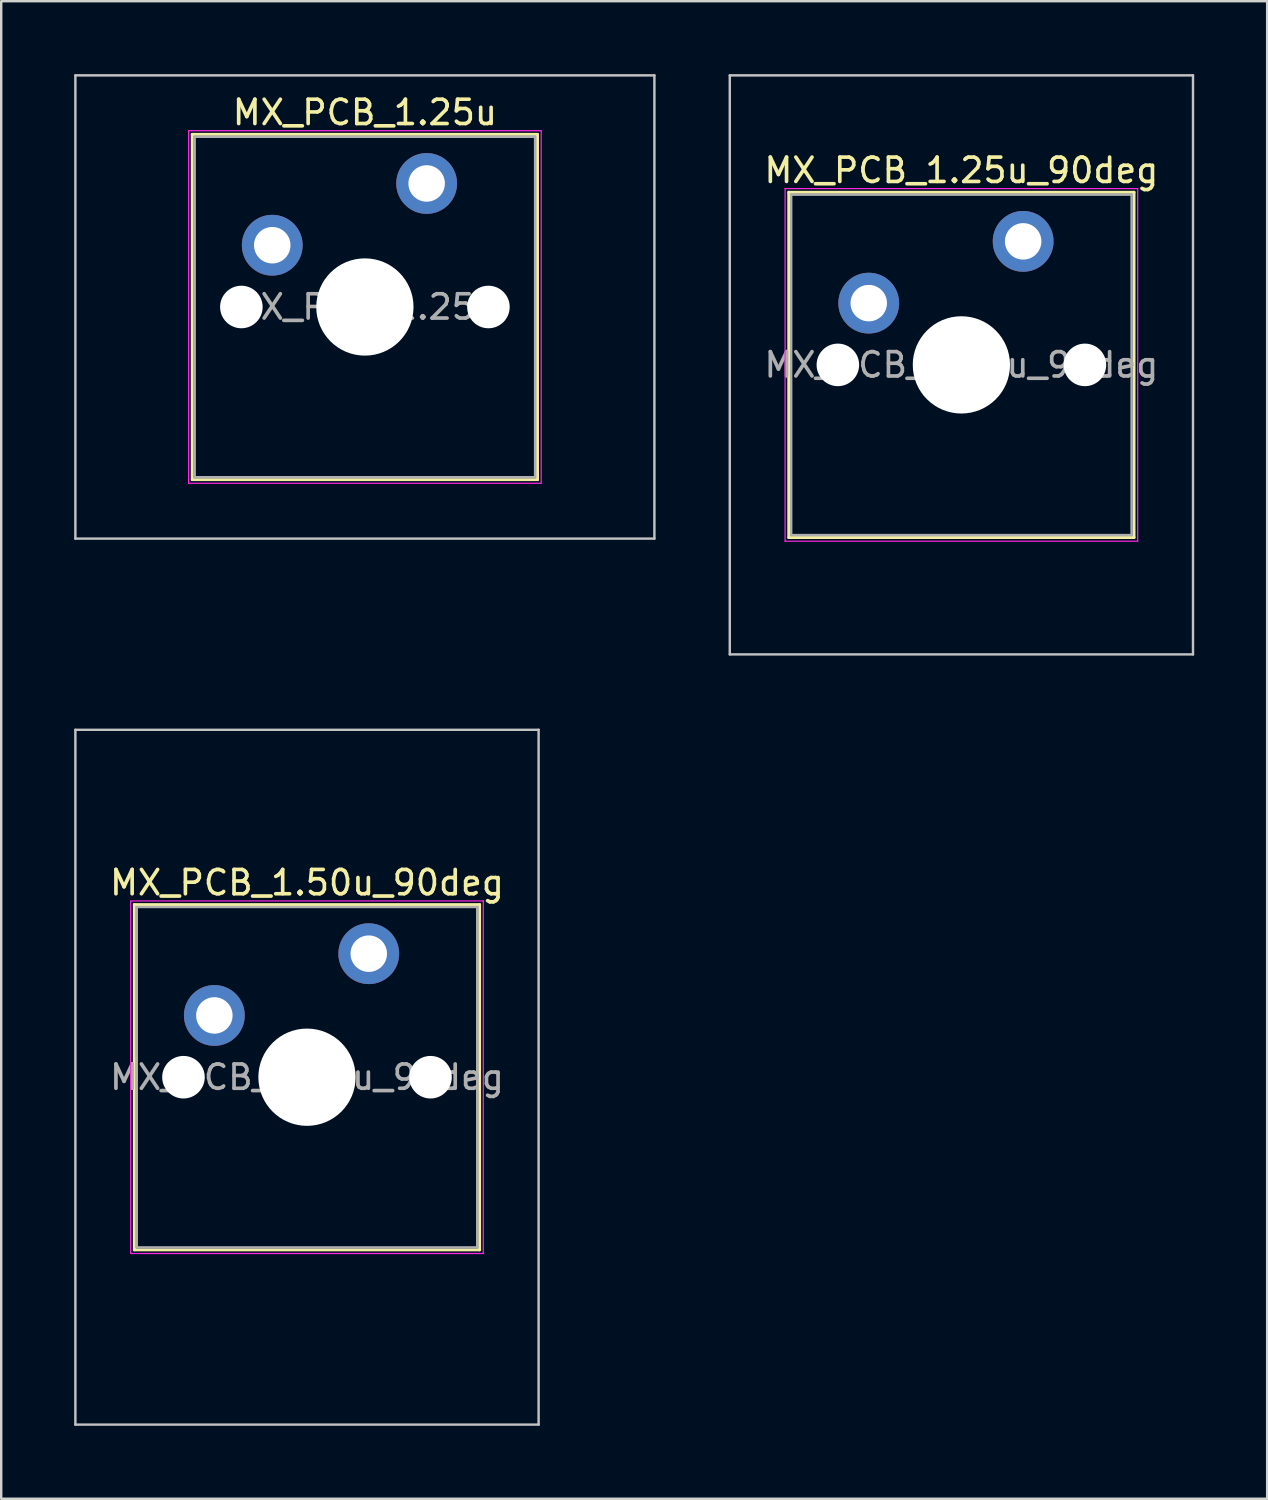
<source format=kicad_pcb>
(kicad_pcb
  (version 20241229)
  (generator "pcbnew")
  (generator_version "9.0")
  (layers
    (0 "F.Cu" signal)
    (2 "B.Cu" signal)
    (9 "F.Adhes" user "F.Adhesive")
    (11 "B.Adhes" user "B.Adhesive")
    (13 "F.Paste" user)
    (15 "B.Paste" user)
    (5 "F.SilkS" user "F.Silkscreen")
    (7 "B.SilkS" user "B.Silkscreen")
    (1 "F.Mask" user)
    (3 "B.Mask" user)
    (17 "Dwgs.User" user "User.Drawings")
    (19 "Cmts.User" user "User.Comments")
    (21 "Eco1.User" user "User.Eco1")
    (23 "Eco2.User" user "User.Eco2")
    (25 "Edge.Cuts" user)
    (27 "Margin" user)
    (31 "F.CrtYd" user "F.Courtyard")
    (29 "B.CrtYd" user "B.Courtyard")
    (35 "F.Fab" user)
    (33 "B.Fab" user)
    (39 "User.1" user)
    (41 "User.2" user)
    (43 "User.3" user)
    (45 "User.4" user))
  (footprint "MX_PCB_1.25u"
    (layer "F.Cu")
    (at 11.956 9.575)
    (property "Reference" "MX_PCB_1.25u" (at 0 -8 0) (layer "F.SilkS") (effects (font (size 1 1) (thickness 0.15))))
    (attr through_hole)
    (fp_line (start -7.1 -7.1) (end -7.1 7.1) (stroke (width 0.12) (type solid)) (layer "F.SilkS"))
    (fp_line (start -7.1 7.1) (end 7.1 7.1) (stroke (width 0.12) (type solid)) (layer "F.SilkS"))
    (fp_line (start 7.1 -7.1) (end -7.1 -7.1) (stroke (width 0.12) (type solid)) (layer "F.SilkS"))
    (fp_line (start 7.1 7.1) (end 7.1 -7.1) (stroke (width 0.12) (type solid)) (layer "F.SilkS"))
    (fp_line (start -11.906 -9.525) (end -11.906 9.525) (stroke (width 0.1) (type solid)) (layer "Dwgs.User"))
    (fp_line (start -11.906 9.525) (end 11.906 9.525) (stroke (width 0.1) (type solid)) (layer "Dwgs.User"))
    (fp_line (start 11.906 -9.525) (end -11.906 -9.525) (stroke (width 0.1) (type solid)) (layer "Dwgs.User"))
    (fp_line (start 11.906 9.525) (end 11.906 -9.525) (stroke (width 0.1) (type solid)) (layer "Dwgs.User"))
    (fp_line (start -7 -7) (end -7 7) (stroke (width 0.1) (type solid)) (layer "Eco1.User"))
    (fp_line (start -7 7) (end 7 7) (stroke (width 0.1) (type solid)) (layer "Eco1.User"))
    (fp_line (start 7 -7) (end -7 -7) (stroke (width 0.1) (type solid)) (layer "Eco1.User"))
    (fp_line (start 7 7) (end 7 -7) (stroke (width 0.1) (type solid)) (layer "Eco1.User"))
    (fp_line (start -7.25 -7.25) (end -7.25 7.25) (stroke (width 0.05) (type solid)) (layer "F.CrtYd"))
    (fp_line (start -7.25 7.25) (end 7.25 7.25) (stroke (width 0.05) (type solid)) (layer "F.CrtYd"))
    (fp_line (start 7.25 -7.25) (end -7.25 -7.25) (stroke (width 0.05) (type solid)) (layer "F.CrtYd"))
    (fp_line (start 7.25 7.25) (end 7.25 -7.25) (stroke (width 0.05) (type solid)) (layer "F.CrtYd"))
    (fp_line (start -7 -7) (end -7 7) (stroke (width 0.1) (type solid)) (layer "F.Fab"))
    (fp_line (start -7 7) (end 7 7) (stroke (width 0.1) (type solid)) (layer "F.Fab"))
    (fp_line (start 7 -7) (end -7 -7) (stroke (width 0.1) (type solid)) (layer "F.Fab"))
    (fp_line (start 7 7) (end 7 -7) (stroke (width 0.1) (type solid)) (layer "F.Fab"))
    (fp_text user "${REFERENCE}" (at 0 0 0) (layer "F.Fab") (effects (font (size 1 1) (thickness 0.15))))
    (pad "" np_thru_hole circle (at -5.08 0) (size 1.75 1.75) (drill 1.75) (layers "*.Cu" "*.Mask"))
    (pad "" np_thru_hole circle (at 0 0) (size 4 4) (drill 4) (layers "*.Cu" "*.Mask"))
    (pad "" np_thru_hole circle (at 5.08 0) (size 1.75 1.75) (drill 1.75) (layers "*.Cu" "*.Mask"))
    (pad "1" thru_hole circle (at -3.81 -2.54) (size 2.5 2.5) (drill 1.5) (layers "*.Cu" "*.Mask"))
    (pad "2" thru_hole circle (at 2.54 -5.08) (size 2.5 2.5) (drill 1.5) (layers "*.Cu" "*.Mask")))
  (footprint "MX_PCB_1.25u_90deg"
    (layer "F.Cu")
    (at 36.487 11.956)
    (property "Reference" "MX_PCB_1.25u_90deg" (at 0 -8 0) (layer "F.SilkS") (effects (font (size 1 1) (thickness 0.15))))
    (attr through_hole)
    (fp_line (start -7.1 -7.1) (end -7.1 7.1) (stroke (width 0.12) (type solid)) (layer "F.SilkS"))
    (fp_line (start -7.1 7.1) (end 7.1 7.1) (stroke (width 0.12) (type solid)) (layer "F.SilkS"))
    (fp_line (start 7.1 -7.1) (end -7.1 -7.1) (stroke (width 0.12) (type solid)) (layer "F.SilkS"))
    (fp_line (start 7.1 7.1) (end 7.1 -7.1) (stroke (width 0.12) (type solid)) (layer "F.SilkS"))
    (fp_line (start -9.525 -11.906) (end 9.525 -11.906) (stroke (width 0.1) (type solid)) (layer "Dwgs.User"))
    (fp_line (start -9.525 11.906) (end -9.525 -11.906) (stroke (width 0.1) (type solid)) (layer "Dwgs.User"))
    (fp_line (start 9.525 -11.906) (end 9.525 11.906) (stroke (width 0.1) (type solid)) (layer "Dwgs.User"))
    (fp_line (start 9.525 11.906) (end -9.525 11.906) (stroke (width 0.1) (type solid)) (layer "Dwgs.User"))
    (fp_line (start -7 -7) (end -7 7) (stroke (width 0.1) (type solid)) (layer "Eco1.User"))
    (fp_line (start -7 7) (end 7 7) (stroke (width 0.1) (type solid)) (layer "Eco1.User"))
    (fp_line (start 7 -7) (end -7 -7) (stroke (width 0.1) (type solid)) (layer "Eco1.User"))
    (fp_line (start 7 7) (end 7 -7) (stroke (width 0.1) (type solid)) (layer "Eco1.User"))
    (fp_line (start -7.25 -7.25) (end -7.25 7.25) (stroke (width 0.05) (type solid)) (layer "F.CrtYd"))
    (fp_line (start -7.25 7.25) (end 7.25 7.25) (stroke (width 0.05) (type solid)) (layer "F.CrtYd"))
    (fp_line (start 7.25 -7.25) (end -7.25 -7.25) (stroke (width 0.05) (type solid)) (layer "F.CrtYd"))
    (fp_line (start 7.25 7.25) (end 7.25 -7.25) (stroke (width 0.05) (type solid)) (layer "F.CrtYd"))
    (fp_line (start -7 -7) (end -7 7) (stroke (width 0.1) (type solid)) (layer "F.Fab"))
    (fp_line (start -7 7) (end 7 7) (stroke (width 0.1) (type solid)) (layer "F.Fab"))
    (fp_line (start 7 -7) (end -7 -7) (stroke (width 0.1) (type solid)) (layer "F.Fab"))
    (fp_line (start 7 7) (end 7 -7) (stroke (width 0.1) (type solid)) (layer "F.Fab"))
    (fp_text user "${REFERENCE}" (at 0 0 0) (layer "F.Fab") (effects (font (size 1 1) (thickness 0.15))))
    (pad "" np_thru_hole circle (at -5.08 0) (size 1.75 1.75) (drill 1.75) (layers "*.Cu" "*.Mask"))
    (pad "" np_thru_hole circle (at 0 0) (size 4 4) (drill 4) (layers "*.Cu" "*.Mask"))
    (pad "" np_thru_hole circle (at 5.08 0) (size 1.75 1.75) (drill 1.75) (layers "*.Cu" "*.Mask"))
    (pad "1" thru_hole circle (at -3.81 -2.54) (size 2.5 2.5) (drill 1.5) (layers "*.Cu" "*.Mask"))
    (pad "2" thru_hole circle (at 2.54 -5.08) (size 2.5 2.5) (drill 1.5) (layers "*.Cu" "*.Mask")))
  (footprint "MX_PCB_1.50u_90deg"
    (layer "F.Cu")
    (at 9.575 41.25)
    (property "Reference" "MX_PCB_1.50u_90deg" (at 0 -8 0) (layer "F.SilkS") (effects (font (size 1 1) (thickness 0.15))))
    (attr through_hole)
    (fp_line (start -7.1 -7.1) (end -7.1 7.1) (stroke (width 0.12) (type solid)) (layer "F.SilkS"))
    (fp_line (start -7.1 7.1) (end 7.1 7.1) (stroke (width 0.12) (type solid)) (layer "F.SilkS"))
    (fp_line (start 7.1 -7.1) (end -7.1 -7.1) (stroke (width 0.12) (type solid)) (layer "F.SilkS"))
    (fp_line (start 7.1 7.1) (end 7.1 -7.1) (stroke (width 0.12) (type solid)) (layer "F.SilkS"))
    (fp_line (start -9.525 -14.287) (end 9.525 -14.287) (stroke (width 0.1) (type solid)) (layer "Dwgs.User"))
    (fp_line (start -9.525 14.287) (end -9.525 -14.287) (stroke (width 0.1) (type solid)) (layer "Dwgs.User"))
    (fp_line (start 9.525 -14.287) (end 9.525 14.287) (stroke (width 0.1) (type solid)) (layer "Dwgs.User"))
    (fp_line (start 9.525 14.287) (end -9.525 14.287) (stroke (width 0.1) (type solid)) (layer "Dwgs.User"))
    (fp_line (start -7 -7) (end -7 7) (stroke (width 0.1) (type solid)) (layer "Eco1.User"))
    (fp_line (start -7 7) (end 7 7) (stroke (width 0.1) (type solid)) (layer "Eco1.User"))
    (fp_line (start 7 -7) (end -7 -7) (stroke (width 0.1) (type solid)) (layer "Eco1.User"))
    (fp_line (start 7 7) (end 7 -7) (stroke (width 0.1) (type solid)) (layer "Eco1.User"))
    (fp_line (start -7.25 -7.25) (end -7.25 7.25) (stroke (width 0.05) (type solid)) (layer "F.CrtYd"))
    (fp_line (start -7.25 7.25) (end 7.25 7.25) (stroke (width 0.05) (type solid)) (layer "F.CrtYd"))
    (fp_line (start 7.25 -7.25) (end -7.25 -7.25) (stroke (width 0.05) (type solid)) (layer "F.CrtYd"))
    (fp_line (start 7.25 7.25) (end 7.25 -7.25) (stroke (width 0.05) (type solid)) (layer "F.CrtYd"))
    (fp_line (start -7 -7) (end -7 7) (stroke (width 0.1) (type solid)) (layer "F.Fab"))
    (fp_line (start -7 7) (end 7 7) (stroke (width 0.1) (type solid)) (layer "F.Fab"))
    (fp_line (start 7 -7) (end -7 -7) (stroke (width 0.1) (type solid)) (layer "F.Fab"))
    (fp_line (start 7 7) (end 7 -7) (stroke (width 0.1) (type solid)) (layer "F.Fab"))
    (fp_text user "${REFERENCE}" (at 0 0 0) (layer "F.Fab") (effects (font (size 1 1) (thickness 0.15))))
    (pad "" np_thru_hole circle (at -5.08 0) (size 1.75 1.75) (drill 1.75) (layers "*.Cu" "*.Mask"))
    (pad "" np_thru_hole circle (at 0 0) (size 4 4) (drill 4) (layers "*.Cu" "*.Mask"))
    (pad "" np_thru_hole circle (at 5.08 0) (size 1.75 1.75) (drill 1.75) (layers "*.Cu" "*.Mask"))
    (pad "1" thru_hole circle (at -3.81 -2.54) (size 2.5 2.5) (drill 1.5) (layers "*.Cu" "*.Mask"))
    (pad "2" thru_hole circle (at 2.54 -5.08) (size 2.5 2.5) (drill 1.5) (layers "*.Cu" "*.Mask")))
  (gr_rect
    (start -3 -3)
    (end 49.062 58.587)
    (stroke (width 0.1) (type default))
    (fill no)
    (layer "Edge.Cuts")))
</source>
